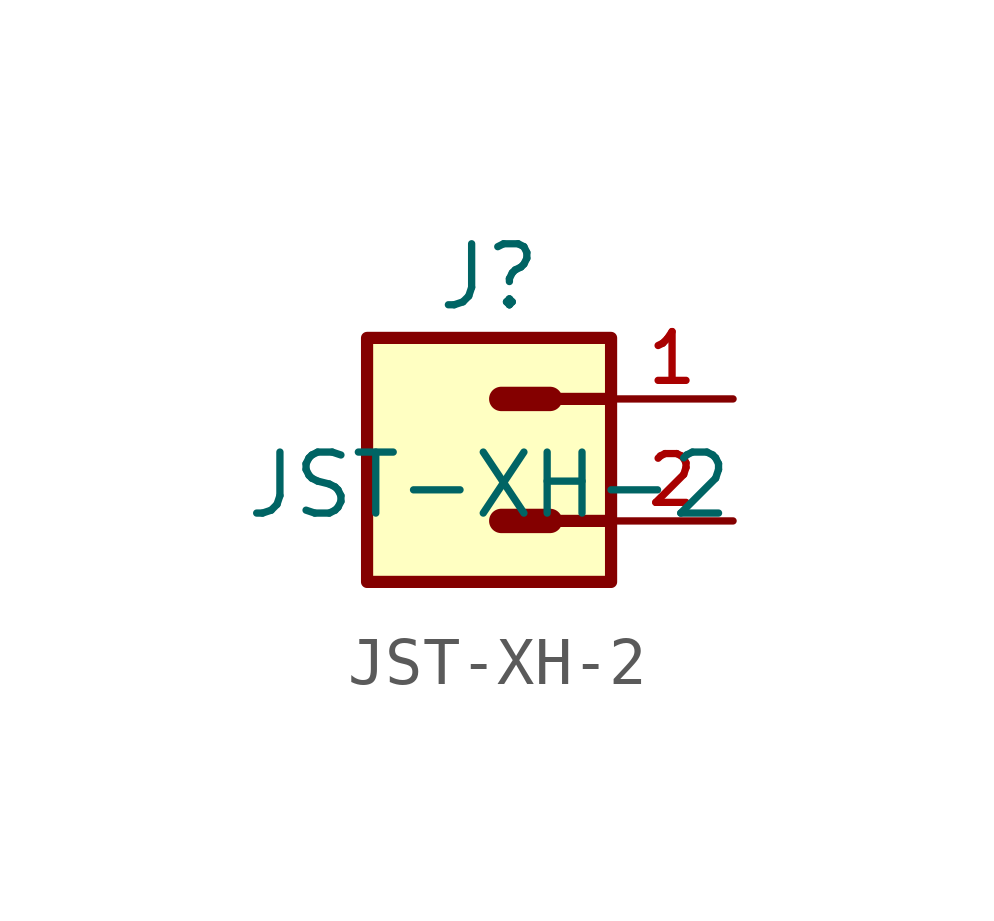
<source format=kicad_sym>
(kicad_symbol_lib
  (version 20211014)
  (generator kicad_symbol_editor)
  (symbol "JST-XH-2"
    (pin_names
      (offset 1.016))
    (property "Reference" "J"
      (at 0.0 5.08 0)
      (effects (font (size 1.27 1.27))))
    (property "Value" "JST-XH-2"
      (at 0 0.0 0)
      (effects (font (size 1.27 1.27)) (justify bottom)))
    (symbol "JST-XH-2_0_0"
      (polyline (pts (xy 2.54 2.54) (xy 1.27 2.54)) (stroke (width 0.254)))
      (polyline (pts (xy 2.54 0.0) (xy 1.27 0.0)) (stroke (width 0.254)))
      (polyline (pts (xy 1.27 2.54) (xy 0.254 2.54)) (stroke (width 0.508)))
      (polyline (pts (xy 1.27 0.0) (xy 0.254 0.0)) (stroke (width 0.508)))
      (rectangle (start -2.54 -1.27) (end 2.54 3.81) (stroke (width 0.254)) (fill (type background)))
      (pin bidirectional line (at 5.08 2.54 180.0) (length 2.54) (name "~" (effects (font (size 1.016 1.016)))) (number "1" (effects (font (size 1.016 1.016)))))
      (pin bidirectional line (at 5.08 0.0 180.0) (length 2.54) (name "~" (effects (font (size 1.016 1.016)))) (number "2" (effects (font (size 1.016 1.016))))))))
</source>
